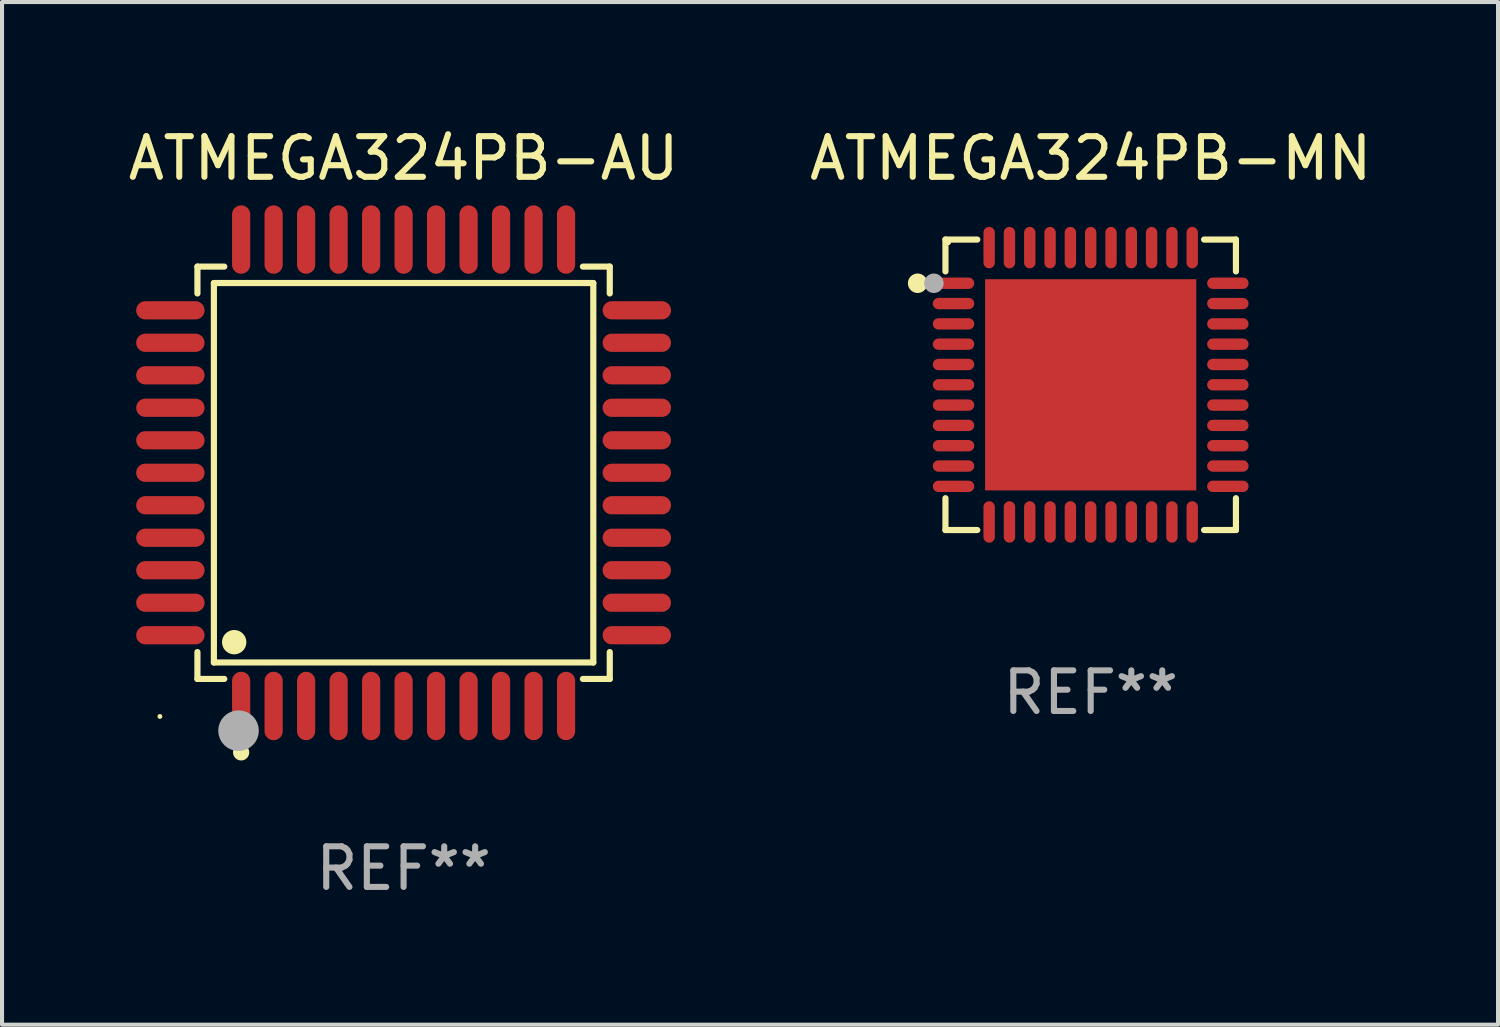
<source format=kicad_pcb>
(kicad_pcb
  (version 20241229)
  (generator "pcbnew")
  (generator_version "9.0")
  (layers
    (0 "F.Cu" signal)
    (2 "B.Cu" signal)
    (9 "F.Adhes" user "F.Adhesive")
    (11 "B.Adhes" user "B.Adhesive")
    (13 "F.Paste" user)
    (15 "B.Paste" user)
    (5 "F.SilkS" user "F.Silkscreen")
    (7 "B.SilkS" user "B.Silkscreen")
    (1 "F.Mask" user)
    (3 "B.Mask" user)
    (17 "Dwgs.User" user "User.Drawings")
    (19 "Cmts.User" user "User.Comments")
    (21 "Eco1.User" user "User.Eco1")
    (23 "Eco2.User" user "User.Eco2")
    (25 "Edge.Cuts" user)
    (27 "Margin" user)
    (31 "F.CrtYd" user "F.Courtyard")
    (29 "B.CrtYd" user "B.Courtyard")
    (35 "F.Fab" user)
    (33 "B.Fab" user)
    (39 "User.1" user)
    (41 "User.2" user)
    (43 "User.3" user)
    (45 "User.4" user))
  (footprint "ATMEGA324PB-MN"
    (layer "F.Cu")
    (at 23.804 6.424)
    (property "Reference" "ATMEGA324PB-MN" (at 0 -5.576 0) (layer "F.SilkS") (effects (font (size 1 1) (thickness 0.15))))
    (attr through_hole)
    (fp_line (start -3.576 -3.576) (end -2.792 -3.576) (stroke (width 0.152) (type solid)) (layer "F.SilkS"))
    (fp_line (start -3.576 -2.792) (end -3.576 -3.576) (stroke (width 0.152) (type solid)) (layer "F.SilkS"))
    (fp_line (start -3.576 2.792) (end -3.576 3.576) (stroke (width 0.152) (type solid)) (layer "F.SilkS"))
    (fp_line (start -3.576 3.576) (end -2.792 3.576) (stroke (width 0.152) (type solid)) (layer "F.SilkS"))
    (fp_line (start 3.576 -3.576) (end 2.792 -3.576) (stroke (width 0.152) (type solid)) (layer "F.SilkS"))
    (fp_line (start 3.576 -2.792) (end 3.576 -3.576) (stroke (width 0.152) (type solid)) (layer "F.SilkS"))
    (fp_line (start 3.576 2.792) (end 3.576 3.576) (stroke (width 0.152) (type solid)) (layer "F.SilkS"))
    (fp_line (start 3.576 3.576) (end 2.792 3.576) (stroke (width 0.152) (type solid)) (layer "F.SilkS"))
    (fp_circle (center -4.261 -2.5) (end -4.141 -2.5) (stroke (width 0.24) (type solid)) (fill no) (layer "F.SilkS"))
    (fp_circle (center -3.5 -3.5) (end -3.47 -3.5) (stroke (width 0.06) (type solid)) (fill no) (layer "F.SilkS"))
    (fp_circle (center -3.861 -2.5) (end -3.741 -2.5) (stroke (width 0.24) (type solid)) (fill no) (layer "F.Fab"))
    (fp_text user "REF**" (at 0 7.576 0) (layer "F.Fab") (effects (font (size 1 1) (thickness 0.15))))
    (pad "1" smd oval (at -3.377 -2.5) (size 1.02 0.28) (layers "F.Cu" "F.Mask" "F.Paste"))
    (pad "2" smd oval (at -3.377 -2) (size 1.02 0.28) (layers "F.Cu" "F.Mask" "F.Paste"))
    (pad "3" smd oval (at -3.377 -1.5) (size 1.02 0.28) (layers "F.Cu" "F.Mask" "F.Paste"))
    (pad "4" smd oval (at -3.377 -1) (size 1.02 0.28) (layers "F.Cu" "F.Mask" "F.Paste"))
    (pad "5" smd oval (at -3.377 -0.5) (size 1.02 0.28) (layers "F.Cu" "F.Mask" "F.Paste"))
    (pad "6" smd oval (at -3.377 0) (size 1.02 0.28) (layers "F.Cu" "F.Mask" "F.Paste"))
    (pad "7" smd oval (at -3.377 0.5) (size 1.02 0.28) (layers "F.Cu" "F.Mask" "F.Paste"))
    (pad "8" smd oval (at -3.377 1) (size 1.02 0.28) (layers "F.Cu" "F.Mask" "F.Paste"))
    (pad "9" smd oval (at -3.377 1.5) (size 1.02 0.28) (layers "F.Cu" "F.Mask" "F.Paste"))
    (pad "10" smd oval (at -3.377 2) (size 1.02 0.28) (layers "F.Cu" "F.Mask" "F.Paste"))
    (pad "11" smd oval (at -3.377 2.5) (size 1.02 0.28) (layers "F.Cu" "F.Mask" "F.Paste"))
    (pad "12" smd oval (at -2.5 3.377) (size 0.28 1.02) (layers "F.Cu" "F.Mask" "F.Paste"))
    (pad "13" smd oval (at -2 3.377) (size 0.28 1.02) (layers "F.Cu" "F.Mask" "F.Paste"))
    (pad "14" smd oval (at -1.5 3.377) (size 0.28 1.02) (layers "F.Cu" "F.Mask" "F.Paste"))
    (pad "15" smd oval (at -1 3.377) (size 0.28 1.02) (layers "F.Cu" "F.Mask" "F.Paste"))
    (pad "16" smd oval (at -0.5 3.377) (size 0.28 1.02) (layers "F.Cu" "F.Mask" "F.Paste"))
    (pad "17" smd oval (at 0 3.377) (size 0.28 1.02) (layers "F.Cu" "F.Mask" "F.Paste"))
    (pad "18" smd oval (at 0.5 3.377) (size 0.28 1.02) (layers "F.Cu" "F.Mask" "F.Paste"))
    (pad "19" smd oval (at 1 3.377) (size 0.28 1.02) (layers "F.Cu" "F.Mask" "F.Paste"))
    (pad "20" smd oval (at 1.5 3.377) (size 0.28 1.02) (layers "F.Cu" "F.Mask" "F.Paste"))
    (pad "21" smd oval (at 2 3.377) (size 0.28 1.02) (layers "F.Cu" "F.Mask" "F.Paste"))
    (pad "22" smd oval (at 2.5 3.377) (size 0.28 1.02) (layers "F.Cu" "F.Mask" "F.Paste"))
    (pad "23" smd oval (at 3.377 2.5) (size 1.02 0.28) (layers "F.Cu" "F.Mask" "F.Paste"))
    (pad "24" smd oval (at 3.377 2) (size 1.02 0.28) (layers "F.Cu" "F.Mask" "F.Paste"))
    (pad "25" smd oval (at 3.377 1.5) (size 1.02 0.28) (layers "F.Cu" "F.Mask" "F.Paste"))
    (pad "26" smd oval (at 3.377 1) (size 1.02 0.28) (layers "F.Cu" "F.Mask" "F.Paste"))
    (pad "27" smd oval (at 3.377 0.5) (size 1.02 0.28) (layers "F.Cu" "F.Mask" "F.Paste"))
    (pad "28" smd oval (at 3.377 0) (size 1.02 0.28) (layers "F.Cu" "F.Mask" "F.Paste"))
    (pad "29" smd oval (at 3.377 -0.5) (size 1.02 0.28) (layers "F.Cu" "F.Mask" "F.Paste"))
    (pad "30" smd oval (at 3.377 -1) (size 1.02 0.28) (layers "F.Cu" "F.Mask" "F.Paste"))
    (pad "31" smd oval (at 3.377 -1.5) (size 1.02 0.28) (layers "F.Cu" "F.Mask" "F.Paste"))
    (pad "32" smd oval (at 3.377 -2) (size 1.02 0.28) (layers "F.Cu" "F.Mask" "F.Paste"))
    (pad "33" smd oval (at 3.377 -2.5) (size 1.02 0.28) (layers "F.Cu" "F.Mask" "F.Paste"))
    (pad "34" smd oval (at 2.5 -3.377) (size 0.28 1.02) (layers "F.Cu" "F.Mask" "F.Paste"))
    (pad "35" smd oval (at 2 -3.377) (size 0.28 1.02) (layers "F.Cu" "F.Mask" "F.Paste"))
    (pad "36" smd oval (at 1.5 -3.377) (size 0.28 1.02) (layers "F.Cu" "F.Mask" "F.Paste"))
    (pad "37" smd oval (at 1 -3.377) (size 0.28 1.02) (layers "F.Cu" "F.Mask" "F.Paste"))
    (pad "38" smd oval (at 0.5 -3.377) (size 0.28 1.02) (layers "F.Cu" "F.Mask" "F.Paste"))
    (pad "39" smd oval (at 0 -3.377) (size 0.28 1.02) (layers "F.Cu" "F.Mask" "F.Paste"))
    (pad "40" smd oval (at -0.5 -3.377) (size 0.28 1.02) (layers "F.Cu" "F.Mask" "F.Paste"))
    (pad "41" smd oval (at -1 -3.377) (size 0.28 1.02) (layers "F.Cu" "F.Mask" "F.Paste"))
    (pad "42" smd oval (at -1.5 -3.377) (size 0.28 1.02) (layers "F.Cu" "F.Mask" "F.Paste"))
    (pad "43" smd oval (at -2 -3.377) (size 0.28 1.02) (layers "F.Cu" "F.Mask" "F.Paste"))
    (pad "44" smd oval (at -2.5 -3.377) (size 0.28 1.02) (layers "F.Cu" "F.Mask" "F.Paste"))
    (pad "45" smd rect (at 0 0) (size 5.2 5.2) (layers "F.Cu" "F.Mask" "F.Paste")))
  (footprint "ATMEGA324PB-AU"
    (layer "F.Cu")
    (at 6.887 8.59)
    (property "Reference" "ATMEGA324PB-AU" (at 0 -7.742 0) (layer "F.SilkS") (effects (font (size 1 1) (thickness 0.15))))
    (attr through_hole)
    (fp_line (start -5.076 -5.076) (end -4.415 -5.076) (stroke (width 0.152) (type solid)) (layer "F.SilkS"))
    (fp_line (start -5.076 -4.415) (end -5.076 -5.076) (stroke (width 0.152) (type solid)) (layer "F.SilkS"))
    (fp_line (start -5.076 4.415) (end -5.076 5.076) (stroke (width 0.152) (type solid)) (layer "F.SilkS"))
    (fp_line (start -5.076 5.076) (end -4.415 5.076) (stroke (width 0.152) (type solid)) (layer "F.SilkS"))
    (fp_line (start -4.671 -4.671) (end 4.671 -4.671) (stroke (width 0.152) (type solid)) (layer "F.SilkS"))
    (fp_line (start -4.671 4.671) (end -4.671 -4.671) (stroke (width 0.152) (type solid)) (layer "F.SilkS"))
    (fp_line (start 4.671 -4.671) (end 4.671 4.671) (stroke (width 0.152) (type solid)) (layer "F.SilkS"))
    (fp_line (start 4.671 4.671) (end -4.671 4.671) (stroke (width 0.152) (type solid)) (layer "F.SilkS"))
    (fp_line (start 5.076 -5.076) (end 4.415 -5.076) (stroke (width 0.152) (type solid)) (layer "F.SilkS"))
    (fp_line (start 5.076 -4.415) (end 5.076 -5.076) (stroke (width 0.152) (type solid)) (layer "F.SilkS"))
    (fp_line (start 5.076 4.415) (end 5.076 5.076) (stroke (width 0.152) (type solid)) (layer "F.SilkS"))
    (fp_line (start 5.076 5.076) (end 4.415 5.076) (stroke (width 0.152) (type solid)) (layer "F.SilkS"))
    (fp_circle (center -6 6) (end -5.97 6) (stroke (width 0.06) (type solid)) (fill no) (layer "F.SilkS"))
    (fp_circle (center -4.171 4.171) (end -4.021 4.171) (stroke (width 0.3) (type solid)) (fill no) (layer "F.SilkS"))
    (fp_circle (center -4 6.884) (end -3.9 6.884) (stroke (width 0.2) (type solid)) (fill no) (layer "F.SilkS"))
    (fp_circle (center -4.064 6.35) (end -3.814 6.35) (stroke (width 0.5) (type solid)) (fill no) (layer "F.Fab"))
    (fp_text user "REF**" (at 0 9.742 0) (layer "F.Fab") (effects (font (size 1 1) (thickness 0.15))))
    (pad "1" smd oval (at -4 5.742) (size 0.448 1.684) (layers "F.Cu" "F.Mask" "F.Paste"))
    (pad "2" smd oval (at -3.2 5.742) (size 0.448 1.684) (layers "F.Cu" "F.Mask" "F.Paste"))
    (pad "3" smd oval (at -2.4 5.742) (size 0.448 1.684) (layers "F.Cu" "F.Mask" "F.Paste"))
    (pad "4" smd oval (at -1.6 5.742) (size 0.448 1.684) (layers "F.Cu" "F.Mask" "F.Paste"))
    (pad "5" smd oval (at -0.8 5.742) (size 0.448 1.684) (layers "F.Cu" "F.Mask" "F.Paste"))
    (pad "6" smd oval (at 0 5.742) (size 0.448 1.684) (layers "F.Cu" "F.Mask" "F.Paste"))
    (pad "7" smd oval (at 0.8 5.742) (size 0.448 1.684) (layers "F.Cu" "F.Mask" "F.Paste"))
    (pad "8" smd oval (at 1.6 5.742) (size 0.448 1.684) (layers "F.Cu" "F.Mask" "F.Paste"))
    (pad "9" smd oval (at 2.4 5.742) (size 0.448 1.684) (layers "F.Cu" "F.Mask" "F.Paste"))
    (pad "10" smd oval (at 3.2 5.742) (size 0.448 1.684) (layers "F.Cu" "F.Mask" "F.Paste"))
    (pad "11" smd oval (at 4 5.742) (size 0.448 1.684) (layers "F.Cu" "F.Mask" "F.Paste"))
    (pad "12" smd oval (at 5.742 4) (size 1.684 0.448) (layers "F.Cu" "F.Mask" "F.Paste"))
    (pad "13" smd oval (at 5.742 3.2) (size 1.684 0.448) (layers "F.Cu" "F.Mask" "F.Paste"))
    (pad "14" smd oval (at 5.742 2.4) (size 1.684 0.448) (layers "F.Cu" "F.Mask" "F.Paste"))
    (pad "15" smd oval (at 5.742 1.6) (size 1.684 0.448) (layers "F.Cu" "F.Mask" "F.Paste"))
    (pad "16" smd oval (at 5.742 0.8) (size 1.684 0.448) (layers "F.Cu" "F.Mask" "F.Paste"))
    (pad "17" smd oval (at 5.742 0) (size 1.684 0.448) (layers "F.Cu" "F.Mask" "F.Paste"))
    (pad "18" smd oval (at 5.742 -0.8) (size 1.684 0.448) (layers "F.Cu" "F.Mask" "F.Paste"))
    (pad "19" smd oval (at 5.742 -1.6) (size 1.684 0.448) (layers "F.Cu" "F.Mask" "F.Paste"))
    (pad "20" smd oval (at 5.742 -2.4) (size 1.684 0.448) (layers "F.Cu" "F.Mask" "F.Paste"))
    (pad "21" smd oval (at 5.742 -3.2) (size 1.684 0.448) (layers "F.Cu" "F.Mask" "F.Paste"))
    (pad "22" smd oval (at 5.742 -4) (size 1.684 0.448) (layers "F.Cu" "F.Mask" "F.Paste"))
    (pad "23" smd oval (at 4 -5.742) (size 0.448 1.684) (layers "F.Cu" "F.Mask" "F.Paste"))
    (pad "24" smd oval (at 3.2 -5.742) (size 0.448 1.684) (layers "F.Cu" "F.Mask" "F.Paste"))
    (pad "25" smd oval (at 2.4 -5.742) (size 0.448 1.684) (layers "F.Cu" "F.Mask" "F.Paste"))
    (pad "26" smd oval (at 1.6 -5.742) (size 0.448 1.684) (layers "F.Cu" "F.Mask" "F.Paste"))
    (pad "27" smd oval (at 0.8 -5.742) (size 0.448 1.684) (layers "F.Cu" "F.Mask" "F.Paste"))
    (pad "28" smd oval (at 0 -5.742) (size 0.448 1.684) (layers "F.Cu" "F.Mask" "F.Paste"))
    (pad "29" smd oval (at -0.8 -5.742) (size 0.448 1.684) (layers "F.Cu" "F.Mask" "F.Paste"))
    (pad "30" smd oval (at -1.6 -5.742) (size 0.448 1.684) (layers "F.Cu" "F.Mask" "F.Paste"))
    (pad "31" smd oval (at -2.4 -5.742) (size 0.448 1.684) (layers "F.Cu" "F.Mask" "F.Paste"))
    (pad "32" smd oval (at -3.2 -5.742) (size 0.448 1.684) (layers "F.Cu" "F.Mask" "F.Paste"))
    (pad "33" smd oval (at -4 -5.742) (size 0.448 1.684) (layers "F.Cu" "F.Mask" "F.Paste"))
    (pad "34" smd oval (at -5.742 -4) (size 1.684 0.448) (layers "F.Cu" "F.Mask" "F.Paste"))
    (pad "35" smd oval (at -5.742 -3.2) (size 1.684 0.448) (layers "F.Cu" "F.Mask" "F.Paste"))
    (pad "36" smd oval (at -5.742 -2.4) (size 1.684 0.448) (layers "F.Cu" "F.Mask" "F.Paste"))
    (pad "37" smd oval (at -5.742 -1.6) (size 1.684 0.448) (layers "F.Cu" "F.Mask" "F.Paste"))
    (pad "38" smd oval (at -5.742 -0.8) (size 1.684 0.448) (layers "F.Cu" "F.Mask" "F.Paste"))
    (pad "39" smd oval (at -5.742 0) (size 1.684 0.448) (layers "F.Cu" "F.Mask" "F.Paste"))
    (pad "40" smd oval (at -5.742 0.8) (size 1.684 0.448) (layers "F.Cu" "F.Mask" "F.Paste"))
    (pad "41" smd oval (at -5.742 1.6) (size 1.684 0.448) (layers "F.Cu" "F.Mask" "F.Paste"))
    (pad "42" smd oval (at -5.742 2.4) (size 1.684 0.448) (layers "F.Cu" "F.Mask" "F.Paste"))
    (pad "43" smd oval (at -5.742 3.2) (size 1.684 0.448) (layers "F.Cu" "F.Mask" "F.Paste"))
    (pad "44" smd oval (at -5.742 4) (size 1.684 0.448) (layers "F.Cu" "F.Mask" "F.Paste")))
  (gr_rect
    (start -3 -3)
    (end 33.833 22.18)
    (stroke (width 0.1) (type default))
    (fill no)
    (layer "Edge.Cuts")))
</source>
